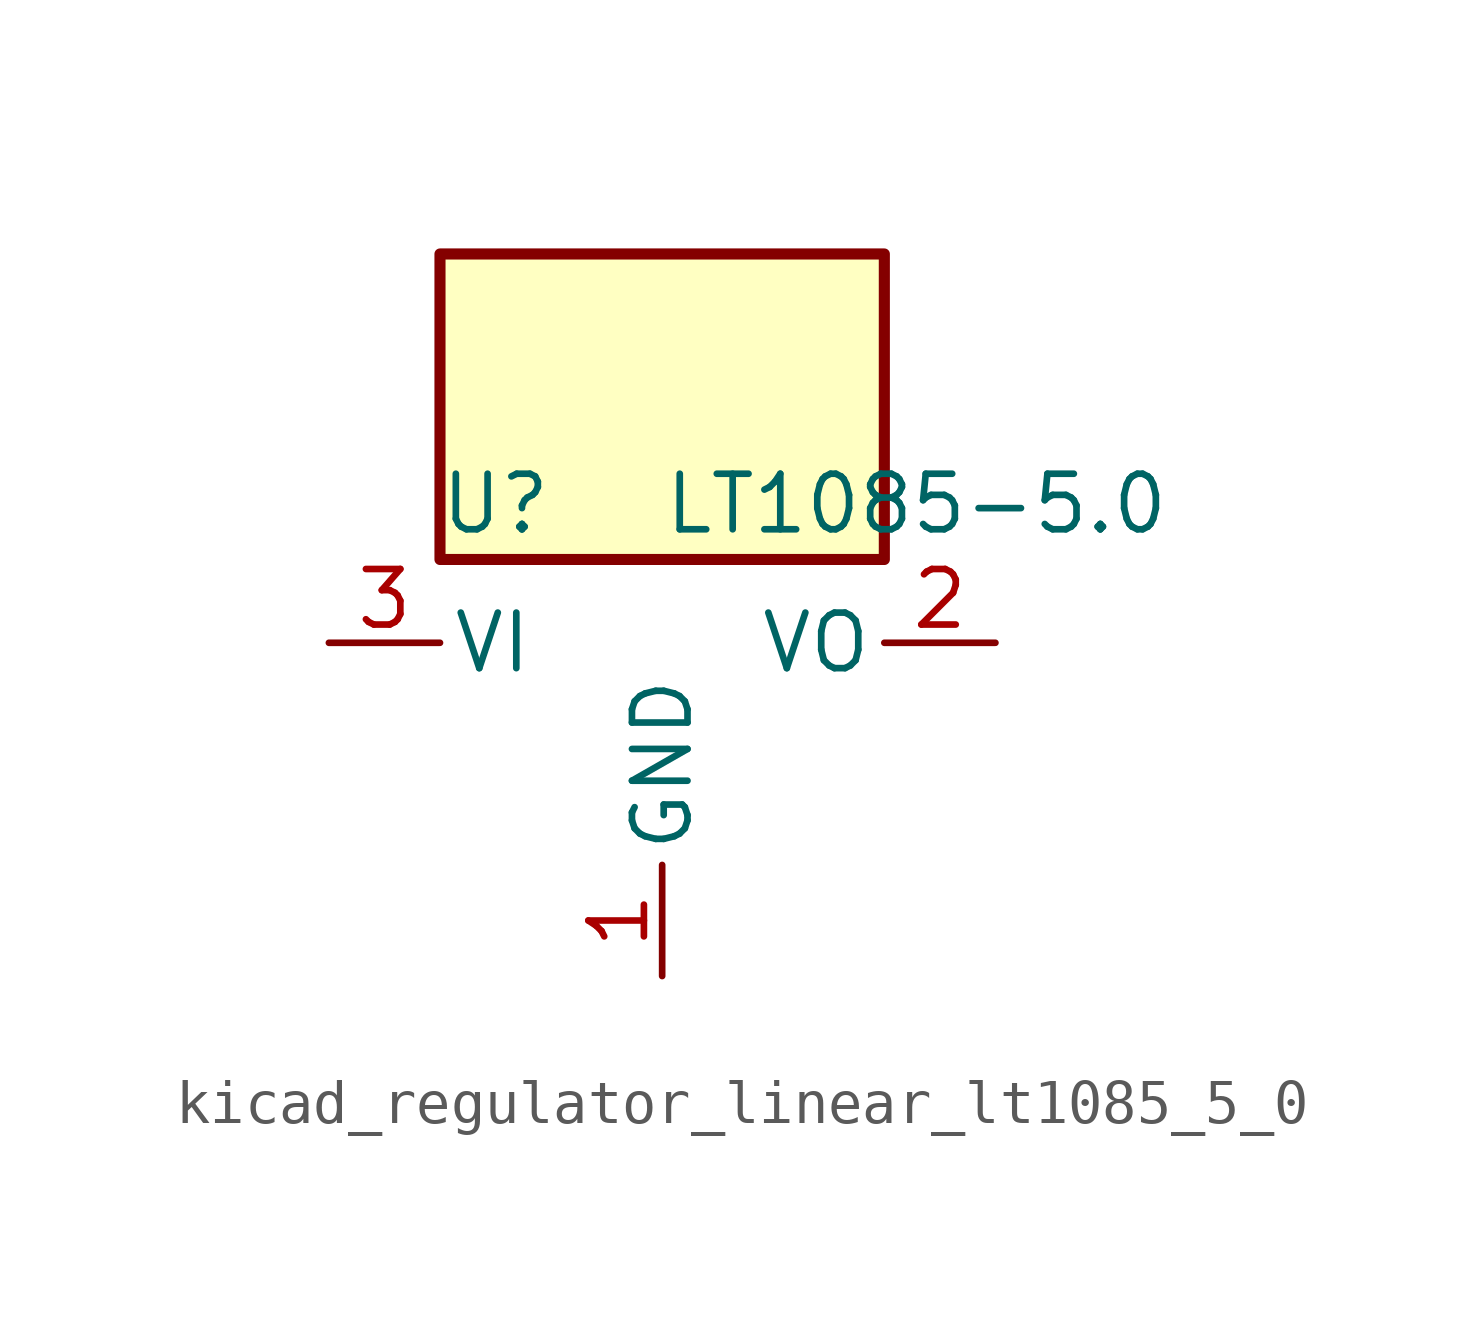
<source format=kicad_sym>
(kicad_symbol_lib
  (version 20220914)
  (generator kicad_symbol_editor)
  (symbol "kicad_regulator_linear_lt1085_5_0"
    (pin_names
      (offset 0.254))
    (property "Reference" "U"
      (at -3.81 3.175 0)
      (effects (font (size 1.27 1.27))))
    (property "Value" "LT1085-5.0"
      (at 0 3.175 0)
      (effects (font (size 1.27 1.27)) (justify left)))
    (symbol "kicad_regulator_linear_lt1085_5_0_0_1"
      (rectangle (start 5.08 8.89) (end -5.08 1.905) (stroke (width 0.254) (type default)) (fill (type background))))
    (symbol "kicad_regulator_linear_lt1085_5_0_1_1"
      (pin power_in line (at 0 -7.62 90) (length 2.54) (name "GND" (effects (font (size 1.27 1.27)))) (number "1" (effects (font (size 1.27 1.27)))))
      (pin power_out line (at 7.62 0 180) (length 2.54) (name "VO" (effects (font (size 1.27 1.27)))) (number "2" (effects (font (size 1.27 1.27)))))
      (pin power_in line (at -7.62 0 0) (length 2.54) (name "VI" (effects (font (size 1.27 1.27)))) (number "3" (effects (font (size 1.27 1.27))))))))
</source>
